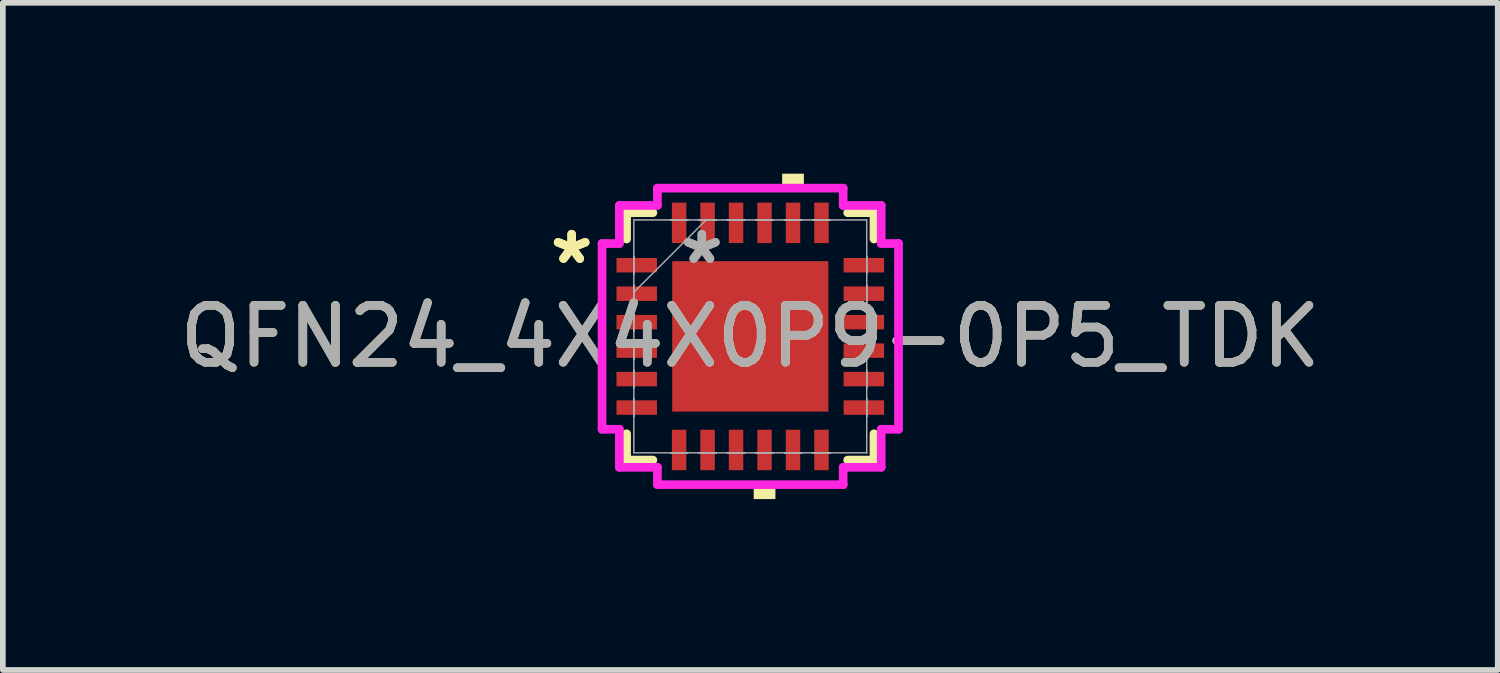
<source format=kicad_pcb>
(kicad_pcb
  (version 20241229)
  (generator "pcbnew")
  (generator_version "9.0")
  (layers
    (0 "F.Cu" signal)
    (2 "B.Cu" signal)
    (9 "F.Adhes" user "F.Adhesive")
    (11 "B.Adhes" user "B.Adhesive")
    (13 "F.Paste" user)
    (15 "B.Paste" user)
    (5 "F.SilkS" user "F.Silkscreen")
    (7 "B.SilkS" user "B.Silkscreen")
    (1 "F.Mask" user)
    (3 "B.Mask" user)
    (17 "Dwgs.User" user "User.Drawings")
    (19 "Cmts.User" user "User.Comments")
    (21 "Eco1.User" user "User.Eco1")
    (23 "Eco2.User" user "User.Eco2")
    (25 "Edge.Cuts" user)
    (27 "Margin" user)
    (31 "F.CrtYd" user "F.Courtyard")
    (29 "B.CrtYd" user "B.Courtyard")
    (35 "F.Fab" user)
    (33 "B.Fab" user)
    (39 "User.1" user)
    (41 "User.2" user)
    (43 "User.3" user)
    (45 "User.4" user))
  (footprint "QFN24_4X4X0P9-0P5_TDK"
    (layer "F.Cu")
    (at 10.125 2.857)
    (property "Reference" "QFN24_4X4X0P9-0P5_TDK" (at 0 0 0) (unlocked yes) (layer "F.SilkS") (effects (font (size 1 1) (thickness 0.15))))
    (attr smd)
    (fp_line (start -2.172 -2.172) (end -2.172 -1.71) (stroke (width 0.152) (type solid)) (layer "F.SilkS"))
    (fp_line (start -2.172 1.71) (end -2.172 2.172) (stroke (width 0.152) (type solid)) (layer "F.SilkS"))
    (fp_line (start -2.172 2.172) (end -1.71 2.172) (stroke (width 0.152) (type solid)) (layer "F.SilkS"))
    (fp_line (start -1.71 -2.172) (end -2.172 -2.172) (stroke (width 0.152) (type solid)) (layer "F.SilkS"))
    (fp_line (start 1.71 2.172) (end 2.172 2.172) (stroke (width 0.152) (type solid)) (layer "F.SilkS"))
    (fp_line (start 2.172 -2.172) (end 1.71 -2.172) (stroke (width 0.152) (type solid)) (layer "F.SilkS"))
    (fp_line (start 2.172 -1.71) (end 2.172 -2.172) (stroke (width 0.152) (type solid)) (layer "F.SilkS"))
    (fp_line (start 2.172 2.172) (end 2.172 1.71) (stroke (width 0.152) (type solid)) (layer "F.SilkS"))
    (fp_poly (pts (xy 0.06 2.603) (xy 0.06 2.857) (xy 0.441 2.857) (xy 0.441 2.603)) (stroke (width 0) (type solid)) (fill yes) (layer "F.SilkS"))
    (fp_poly (pts (xy 0.56 -2.603) (xy 0.56 -2.857) (xy 0.941 -2.857) (xy 0.941 -2.603)) (stroke (width 0) (type solid)) (fill yes) (layer "F.SilkS"))
    (fp_line (start -2.603 -1.631) (end -2.299 -1.631) (stroke (width 0.152) (type solid)) (layer "F.CrtYd"))
    (fp_line (start -2.603 1.631) (end -2.603 -1.631) (stroke (width 0.152) (type solid)) (layer "F.CrtYd"))
    (fp_line (start -2.299 -2.299) (end -1.631 -2.299) (stroke (width 0.152) (type solid)) (layer "F.CrtYd"))
    (fp_line (start -2.299 -1.631) (end -2.299 -2.299) (stroke (width 0.152) (type solid)) (layer "F.CrtYd"))
    (fp_line (start -2.299 1.631) (end -2.603 1.631) (stroke (width 0.152) (type solid)) (layer "F.CrtYd"))
    (fp_line (start -2.299 2.299) (end -2.299 1.631) (stroke (width 0.152) (type solid)) (layer "F.CrtYd"))
    (fp_line (start -1.631 -2.603) (end 1.631 -2.603) (stroke (width 0.152) (type solid)) (layer "F.CrtYd"))
    (fp_line (start -1.631 -2.299) (end -1.631 -2.603) (stroke (width 0.152) (type solid)) (layer "F.CrtYd"))
    (fp_line (start -1.631 2.299) (end -2.299 2.299) (stroke (width 0.152) (type solid)) (layer "F.CrtYd"))
    (fp_line (start -1.631 2.603) (end -1.631 2.299) (stroke (width 0.152) (type solid)) (layer "F.CrtYd"))
    (fp_line (start 1.631 -2.603) (end 1.631 -2.299) (stroke (width 0.152) (type solid)) (layer "F.CrtYd"))
    (fp_line (start 1.631 -2.299) (end 2.299 -2.299) (stroke (width 0.152) (type solid)) (layer "F.CrtYd"))
    (fp_line (start 1.631 2.299) (end 1.631 2.603) (stroke (width 0.152) (type solid)) (layer "F.CrtYd"))
    (fp_line (start 1.631 2.603) (end -1.631 2.603) (stroke (width 0.152) (type solid)) (layer "F.CrtYd"))
    (fp_line (start 2.299 -2.299) (end 2.299 -1.631) (stroke (width 0.152) (type solid)) (layer "F.CrtYd"))
    (fp_line (start 2.299 -1.631) (end 2.603 -1.631) (stroke (width 0.152) (type solid)) (layer "F.CrtYd"))
    (fp_line (start 2.299 1.631) (end 2.299 2.299) (stroke (width 0.152) (type solid)) (layer "F.CrtYd"))
    (fp_line (start 2.299 2.299) (end 1.631 2.299) (stroke (width 0.152) (type solid)) (layer "F.CrtYd"))
    (fp_line (start 2.603 -1.631) (end 2.603 1.631) (stroke (width 0.152) (type solid)) (layer "F.CrtYd"))
    (fp_line (start 2.603 1.631) (end 2.299 1.631) (stroke (width 0.152) (type solid)) (layer "F.CrtYd"))
    (fp_line (start -2.045 -2.045) (end -2.045 2.045) (stroke (width 0.025) (type solid)) (layer "F.Fab"))
    (fp_line (start -2.045 -1.403) (end -2.045 -1.403) (stroke (width 0.025) (type solid)) (layer "F.Fab"))
    (fp_line (start -2.045 -1.403) (end -2.045 -1.098) (stroke (width 0.025) (type solid)) (layer "F.Fab"))
    (fp_line (start -2.045 -1.098) (end -2.045 -1.403) (stroke (width 0.025) (type solid)) (layer "F.Fab"))
    (fp_line (start -2.045 -1.098) (end -2.045 -1.098) (stroke (width 0.025) (type solid)) (layer "F.Fab"))
    (fp_line (start -2.045 -0.903) (end -2.045 -0.903) (stroke (width 0.025) (type solid)) (layer "F.Fab"))
    (fp_line (start -2.045 -0.903) (end -2.045 -0.598) (stroke (width 0.025) (type solid)) (layer "F.Fab"))
    (fp_line (start -2.045 -0.775) (end -0.775 -2.045) (stroke (width 0.025) (type solid)) (layer "F.Fab"))
    (fp_line (start -2.045 -0.598) (end -2.045 -0.903) (stroke (width 0.025) (type solid)) (layer "F.Fab"))
    (fp_line (start -2.045 -0.598) (end -2.045 -0.598) (stroke (width 0.025) (type solid)) (layer "F.Fab"))
    (fp_line (start -2.045 -0.402) (end -2.045 -0.402) (stroke (width 0.025) (type solid)) (layer "F.Fab"))
    (fp_line (start -2.045 -0.402) (end -2.045 -0.098) (stroke (width 0.025) (type solid)) (layer "F.Fab"))
    (fp_line (start -2.045 -0.098) (end -2.045 -0.402) (stroke (width 0.025) (type solid)) (layer "F.Fab"))
    (fp_line (start -2.045 -0.098) (end -2.045 -0.098) (stroke (width 0.025) (type solid)) (layer "F.Fab"))
    (fp_line (start -2.045 0.098) (end -2.045 0.098) (stroke (width 0.025) (type solid)) (layer "F.Fab"))
    (fp_line (start -2.045 0.098) (end -2.045 0.402) (stroke (width 0.025) (type solid)) (layer "F.Fab"))
    (fp_line (start -2.045 0.402) (end -2.045 0.098) (stroke (width 0.025) (type solid)) (layer "F.Fab"))
    (fp_line (start -2.045 0.402) (end -2.045 0.402) (stroke (width 0.025) (type solid)) (layer "F.Fab"))
    (fp_line (start -2.045 0.598) (end -2.045 0.598) (stroke (width 0.025) (type solid)) (layer "F.Fab"))
    (fp_line (start -2.045 0.598) (end -2.045 0.903) (stroke (width 0.025) (type solid)) (layer "F.Fab"))
    (fp_line (start -2.045 0.903) (end -2.045 0.598) (stroke (width 0.025) (type solid)) (layer "F.Fab"))
    (fp_line (start -2.045 0.903) (end -2.045 0.903) (stroke (width 0.025) (type solid)) (layer "F.Fab"))
    (fp_line (start -2.045 1.098) (end -2.045 1.098) (stroke (width 0.025) (type solid)) (layer "F.Fab"))
    (fp_line (start -2.045 1.098) (end -2.045 1.403) (stroke (width 0.025) (type solid)) (layer "F.Fab"))
    (fp_line (start -2.045 1.403) (end -2.045 1.098) (stroke (width 0.025) (type solid)) (layer "F.Fab"))
    (fp_line (start -2.045 1.403) (end -2.045 1.403) (stroke (width 0.025) (type solid)) (layer "F.Fab"))
    (fp_line (start -2.045 2.045) (end 2.045 2.045) (stroke (width 0.025) (type solid)) (layer "F.Fab"))
    (fp_line (start -1.403 -2.045) (end -1.403 -2.045) (stroke (width 0.025) (type solid)) (layer "F.Fab"))
    (fp_line (start -1.403 -2.045) (end -1.098 -2.045) (stroke (width 0.025) (type solid)) (layer "F.Fab"))
    (fp_line (start -1.403 2.045) (end -1.403 2.045) (stroke (width 0.025) (type solid)) (layer "F.Fab"))
    (fp_line (start -1.403 2.045) (end -1.098 2.045) (stroke (width 0.025) (type solid)) (layer "F.Fab"))
    (fp_line (start -1.098 -2.045) (end -1.403 -2.045) (stroke (width 0.025) (type solid)) (layer "F.Fab"))
    (fp_line (start -1.098 -2.045) (end -1.098 -2.045) (stroke (width 0.025) (type solid)) (layer "F.Fab"))
    (fp_line (start -1.098 2.045) (end -1.403 2.045) (stroke (width 0.025) (type solid)) (layer "F.Fab"))
    (fp_line (start -1.098 2.045) (end -1.098 2.045) (stroke (width 0.025) (type solid)) (layer "F.Fab"))
    (fp_line (start -0.903 -2.045) (end -0.903 -2.045) (stroke (width 0.025) (type solid)) (layer "F.Fab"))
    (fp_line (start -0.903 -2.045) (end -0.598 -2.045) (stroke (width 0.025) (type solid)) (layer "F.Fab"))
    (fp_line (start -0.903 2.045) (end -0.903 2.045) (stroke (width 0.025) (type solid)) (layer "F.Fab"))
    (fp_line (start -0.903 2.045) (end -0.598 2.045) (stroke (width 0.025) (type solid)) (layer "F.Fab"))
    (fp_line (start -0.598 -2.045) (end -0.903 -2.045) (stroke (width 0.025) (type solid)) (layer "F.Fab"))
    (fp_line (start -0.598 -2.045) (end -0.598 -2.045) (stroke (width 0.025) (type solid)) (layer "F.Fab"))
    (fp_line (start -0.598 2.045) (end -0.903 2.045) (stroke (width 0.025) (type solid)) (layer "F.Fab"))
    (fp_line (start -0.598 2.045) (end -0.598 2.045) (stroke (width 0.025) (type solid)) (layer "F.Fab"))
    (fp_line (start -0.402 -2.045) (end -0.402 -2.045) (stroke (width 0.025) (type solid)) (layer "F.Fab"))
    (fp_line (start -0.402 -2.045) (end -0.098 -2.045) (stroke (width 0.025) (type solid)) (layer "F.Fab"))
    (fp_line (start -0.402 2.045) (end -0.402 2.045) (stroke (width 0.025) (type solid)) (layer "F.Fab"))
    (fp_line (start -0.402 2.045) (end -0.098 2.045) (stroke (width 0.025) (type solid)) (layer "F.Fab"))
    (fp_line (start -0.098 -2.045) (end -0.402 -2.045) (stroke (width 0.025) (type solid)) (layer "F.Fab"))
    (fp_line (start -0.098 -2.045) (end -0.098 -2.045) (stroke (width 0.025) (type solid)) (layer "F.Fab"))
    (fp_line (start -0.098 2.045) (end -0.402 2.045) (stroke (width 0.025) (type solid)) (layer "F.Fab"))
    (fp_line (start -0.098 2.045) (end -0.098 2.045) (stroke (width 0.025) (type solid)) (layer "F.Fab"))
    (fp_line (start 0.098 -2.045) (end 0.098 -2.045) (stroke (width 0.025) (type solid)) (layer "F.Fab"))
    (fp_line (start 0.098 -2.045) (end 0.402 -2.045) (stroke (width 0.025) (type solid)) (layer "F.Fab"))
    (fp_line (start 0.098 2.045) (end 0.098 2.045) (stroke (width 0.025) (type solid)) (layer "F.Fab"))
    (fp_line (start 0.098 2.045) (end 0.402 2.045) (stroke (width 0.025) (type solid)) (layer "F.Fab"))
    (fp_line (start 0.402 -2.045) (end 0.098 -2.045) (stroke (width 0.025) (type solid)) (layer "F.Fab"))
    (fp_line (start 0.402 -2.045) (end 0.402 -2.045) (stroke (width 0.025) (type solid)) (layer "F.Fab"))
    (fp_line (start 0.402 2.045) (end 0.098 2.045) (stroke (width 0.025) (type solid)) (layer "F.Fab"))
    (fp_line (start 0.402 2.045) (end 0.402 2.045) (stroke (width 0.025) (type solid)) (layer "F.Fab"))
    (fp_line (start 0.598 -2.045) (end 0.598 -2.045) (stroke (width 0.025) (type solid)) (layer "F.Fab"))
    (fp_line (start 0.598 -2.045) (end 0.903 -2.045) (stroke (width 0.025) (type solid)) (layer "F.Fab"))
    (fp_line (start 0.598 2.045) (end 0.598 2.045) (stroke (width 0.025) (type solid)) (layer "F.Fab"))
    (fp_line (start 0.598 2.045) (end 0.903 2.045) (stroke (width 0.025) (type solid)) (layer "F.Fab"))
    (fp_line (start 0.903 -2.045) (end 0.598 -2.045) (stroke (width 0.025) (type solid)) (layer "F.Fab"))
    (fp_line (start 0.903 -2.045) (end 0.903 -2.045) (stroke (width 0.025) (type solid)) (layer "F.Fab"))
    (fp_line (start 0.903 2.045) (end 0.598 2.045) (stroke (width 0.025) (type solid)) (layer "F.Fab"))
    (fp_line (start 0.903 2.045) (end 0.903 2.045) (stroke (width 0.025) (type solid)) (layer "F.Fab"))
    (fp_line (start 1.098 -2.045) (end 1.098 -2.045) (stroke (width 0.025) (type solid)) (layer "F.Fab"))
    (fp_line (start 1.098 -2.045) (end 1.403 -2.045) (stroke (width 0.025) (type solid)) (layer "F.Fab"))
    (fp_line (start 1.098 2.045) (end 1.098 2.045) (stroke (width 0.025) (type solid)) (layer "F.Fab"))
    (fp_line (start 1.098 2.045) (end 1.403 2.045) (stroke (width 0.025) (type solid)) (layer "F.Fab"))
    (fp_line (start 1.403 -2.045) (end 1.098 -2.045) (stroke (width 0.025) (type solid)) (layer "F.Fab"))
    (fp_line (start 1.403 -2.045) (end 1.403 -2.045) (stroke (width 0.025) (type solid)) (layer "F.Fab"))
    (fp_line (start 1.403 2.045) (end 1.098 2.045) (stroke (width 0.025) (type solid)) (layer "F.Fab"))
    (fp_line (start 1.403 2.045) (end 1.403 2.045) (stroke (width 0.025) (type solid)) (layer "F.Fab"))
    (fp_line (start 2.045 -2.045) (end -2.045 -2.045) (stroke (width 0.025) (type solid)) (layer "F.Fab"))
    (fp_line (start 2.045 -1.403) (end 2.045 -1.403) (stroke (width 0.025) (type solid)) (layer "F.Fab"))
    (fp_line (start 2.045 -1.403) (end 2.045 -1.098) (stroke (width 0.025) (type solid)) (layer "F.Fab"))
    (fp_line (start 2.045 -1.098) (end 2.045 -1.403) (stroke (width 0.025) (type solid)) (layer "F.Fab"))
    (fp_line (start 2.045 -1.098) (end 2.045 -1.098) (stroke (width 0.025) (type solid)) (layer "F.Fab"))
    (fp_line (start 2.045 -0.903) (end 2.045 -0.903) (stroke (width 0.025) (type solid)) (layer "F.Fab"))
    (fp_line (start 2.045 -0.903) (end 2.045 -0.598) (stroke (width 0.025) (type solid)) (layer "F.Fab"))
    (fp_line (start 2.045 -0.598) (end 2.045 -0.903) (stroke (width 0.025) (type solid)) (layer "F.Fab"))
    (fp_line (start 2.045 -0.598) (end 2.045 -0.598) (stroke (width 0.025) (type solid)) (layer "F.Fab"))
    (fp_line (start 2.045 -0.402) (end 2.045 -0.402) (stroke (width 0.025) (type solid)) (layer "F.Fab"))
    (fp_line (start 2.045 -0.402) (end 2.045 -0.098) (stroke (width 0.025) (type solid)) (layer "F.Fab"))
    (fp_line (start 2.045 -0.098) (end 2.045 -0.402) (stroke (width 0.025) (type solid)) (layer "F.Fab"))
    (fp_line (start 2.045 -0.098) (end 2.045 -0.098) (stroke (width 0.025) (type solid)) (layer "F.Fab"))
    (fp_line (start 2.045 0.098) (end 2.045 0.098) (stroke (width 0.025) (type solid)) (layer "F.Fab"))
    (fp_line (start 2.045 0.098) (end 2.045 0.402) (stroke (width 0.025) (type solid)) (layer "F.Fab"))
    (fp_line (start 2.045 0.402) (end 2.045 0.098) (stroke (width 0.025) (type solid)) (layer "F.Fab"))
    (fp_line (start 2.045 0.402) (end 2.045 0.402) (stroke (width 0.025) (type solid)) (layer "F.Fab"))
    (fp_line (start 2.045 0.598) (end 2.045 0.598) (stroke (width 0.025) (type solid)) (layer "F.Fab"))
    (fp_line (start 2.045 0.598) (end 2.045 0.903) (stroke (width 0.025) (type solid)) (layer "F.Fab"))
    (fp_line (start 2.045 0.903) (end 2.045 0.598) (stroke (width 0.025) (type solid)) (layer "F.Fab"))
    (fp_line (start 2.045 0.903) (end 2.045 0.903) (stroke (width 0.025) (type solid)) (layer "F.Fab"))
    (fp_line (start 2.045 1.098) (end 2.045 1.098) (stroke (width 0.025) (type solid)) (layer "F.Fab"))
    (fp_line (start 2.045 1.098) (end 2.045 1.403) (stroke (width 0.025) (type solid)) (layer "F.Fab"))
    (fp_line (start 2.045 1.403) (end 2.045 1.098) (stroke (width 0.025) (type solid)) (layer "F.Fab"))
    (fp_line (start 2.045 1.403) (end 2.045 1.403) (stroke (width 0.025) (type solid)) (layer "F.Fab"))
    (fp_line (start 2.045 2.045) (end 2.045 -2.045) (stroke (width 0.025) (type solid)) (layer "F.Fab"))
    (fp_text user "*" (at -3.137 -1.25 0) (unlocked yes) (layer "F.SilkS") (effects (font (size 1 1) (thickness 0.15))))
    (fp_text user "*" (at -3.137 -1.25 0) (layer "F.SilkS") (effects (font (size 1 1) (thickness 0.15))))
    (fp_text user "*" (at -0.851 -1.25 0) (unlocked yes) (layer "F.Fab") (effects (font (size 1 1) (thickness 0.15))))
    (fp_text user "*" (at -0.851 -1.25 0) (layer "F.Fab") (effects (font (size 1 1) (thickness 0.15))))
    (fp_text user "${REFERENCE}" (at 0 0 0) (unlocked yes) (layer "F.Fab") (effects (font (size 1 1) (thickness 0.15))))
    (pad "1" smd rect (at -1.994 -1.25 90) (size 0.254 0.711) (layers "F.Cu" "F.Mask" "F.Paste"))
    (pad "2" smd rect (at -1.994 -0.75 90) (size 0.254 0.711) (layers "F.Cu" "F.Mask" "F.Paste"))
    (pad "3" smd rect (at -1.994 -0.25 90) (size 0.254 0.711) (layers "F.Cu" "F.Mask" "F.Paste"))
    (pad "4" smd rect (at -1.994 0.25 90) (size 0.254 0.711) (layers "F.Cu" "F.Mask" "F.Paste"))
    (pad "5" smd rect (at -1.994 0.75 90) (size 0.254 0.711) (layers "F.Cu" "F.Mask" "F.Paste"))
    (pad "6" smd rect (at -1.994 1.25 90) (size 0.254 0.711) (layers "F.Cu" "F.Mask" "F.Paste"))
    (pad "7" smd rect (at -1.25 1.994) (size 0.254 0.711) (layers "F.Cu" "F.Mask" "F.Paste"))
    (pad "8" smd rect (at -0.75 1.994) (size 0.254 0.711) (layers "F.Cu" "F.Mask" "F.Paste"))
    (pad "9" smd rect (at -0.25 1.994) (size 0.254 0.711) (layers "F.Cu" "F.Mask" "F.Paste"))
    (pad "10" smd rect (at 0.25 1.994) (size 0.254 0.711) (layers "F.Cu" "F.Mask" "F.Paste"))
    (pad "11" smd rect (at 0.75 1.994) (size 0.254 0.711) (layers "F.Cu" "F.Mask" "F.Paste"))
    (pad "12" smd rect (at 1.25 1.994) (size 0.254 0.711) (layers "F.Cu" "F.Mask" "F.Paste"))
    (pad "13" smd rect (at 1.994 1.25 90) (size 0.254 0.711) (layers "F.Cu" "F.Mask" "F.Paste"))
    (pad "14" smd rect (at 1.994 0.75 90) (size 0.254 0.711) (layers "F.Cu" "F.Mask" "F.Paste"))
    (pad "15" smd rect (at 1.994 0.25 90) (size 0.254 0.711) (layers "F.Cu" "F.Mask" "F.Paste"))
    (pad "16" smd rect (at 1.994 -0.25 90) (size 0.254 0.711) (layers "F.Cu" "F.Mask" "F.Paste"))
    (pad "17" smd rect (at 1.994 -0.75 90) (size 0.254 0.711) (layers "F.Cu" "F.Mask" "F.Paste"))
    (pad "18" smd rect (at 1.994 -1.25 90) (size 0.254 0.711) (layers "F.Cu" "F.Mask" "F.Paste"))
    (pad "19" smd rect (at 1.25 -1.994) (size 0.254 0.711) (layers "F.Cu" "F.Mask" "F.Paste"))
    (pad "20" smd rect (at 0.75 -1.994) (size 0.254 0.711) (layers "F.Cu" "F.Mask" "F.Paste"))
    (pad "21" smd rect (at 0.25 -1.994) (size 0.254 0.711) (layers "F.Cu" "F.Mask" "F.Paste"))
    (pad "22" smd rect (at -0.25 -1.994) (size 0.254 0.711) (layers "F.Cu" "F.Mask" "F.Paste"))
    (pad "23" smd rect (at -0.75 -1.994) (size 0.254 0.711) (layers "F.Cu" "F.Mask" "F.Paste"))
    (pad "24" smd rect (at -1.25 -1.994) (size 0.254 0.711) (layers "F.Cu" "F.Mask" "F.Paste"))
    (pad "25" smd rect (at 0 0) (size 2.743 2.642) (layers "F.Cu" "F.Mask" "F.Paste")))
  (gr_rect
    (start -3 -3)
    (end 23.25 8.715)
    (stroke (width 0.1) (type default))
    (fill no)
    (layer "Edge.Cuts")))
</source>
